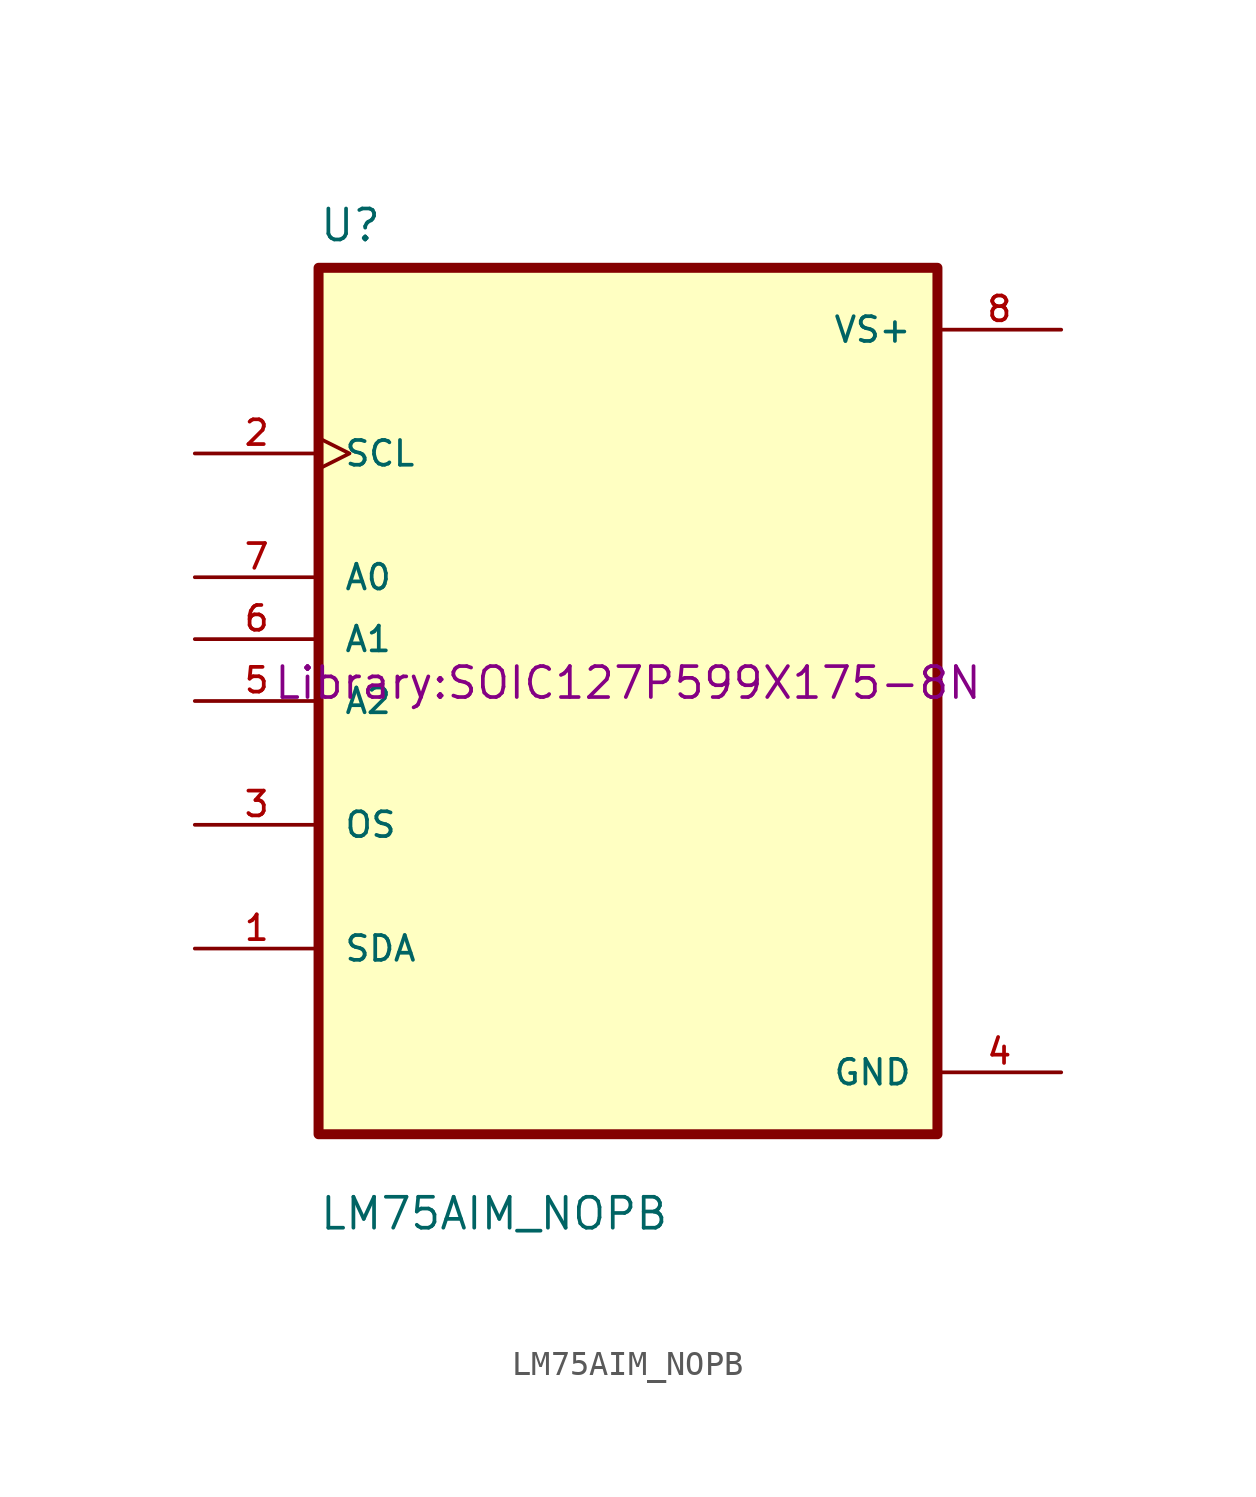
<source format=kicad_sym>
(kicad_symbol_lib
  (version 20220914)
  (generator kicad_symbol_editor)
  (symbol "LM75AIM_NOPB"
    (pin_names
      (offset 1.016))
    (property "Reference" "U"
      (at -12.7 18.78 0)
      (effects (font (size 1.27 1.27)) (justify left bottom)))
    (property "Value" "LM75AIM_NOPB"
      (at -12.7 -21.78 0)
      (effects (font (size 1.27 1.27)) (justify left bottom)))
    (property "Footprint" "Library:SOIC127P599X175-8N"
      (at 0 0 0)
      (effects (font (size 1.27 1.27)) (justify bottom)))
    (symbol "LM75AIM_NOPB_0_0"
      (rectangle (start -12.7 17.78) (end 12.7 -17.78) (stroke (width 0.41) (type default)) (fill (type background)))
      (pin bidirectional line (at -17.78 -10.16 0) (length 5.08) (name "SDA" (effects (font (size 1.016 1.016)))) (number "1" (effects (font (size 1.016 1.016)))))
      (pin input clock (at -17.78 10.16 0) (length 5.08) (name "SCL" (effects (font (size 1.016 1.016)))) (number "2" (effects (font (size 1.016 1.016)))))
      (pin bidirectional line (at -17.78 -5.08 0) (length 5.08) (name "OS" (effects (font (size 1.016 1.016)))) (number "3" (effects (font (size 1.016 1.016)))))
      (pin power_in line (at 17.78 -15.24 180) (length 5.08) (name "GND" (effects (font (size 1.016 1.016)))) (number "4" (effects (font (size 1.016 1.016)))))
      (pin bidirectional line (at -17.78 0 0) (length 5.08) (name "A2" (effects (font (size 1.016 1.016)))) (number "5" (effects (font (size 1.016 1.016)))))
      (pin bidirectional line (at -17.78 2.54 0) (length 5.08) (name "A1" (effects (font (size 1.016 1.016)))) (number "6" (effects (font (size 1.016 1.016)))))
      (pin bidirectional line (at -17.78 5.08 0) (length 5.08) (name "A0" (effects (font (size 1.016 1.016)))) (number "7" (effects (font (size 1.016 1.016)))))
      (pin power_in line (at 17.78 15.24 180) (length 5.08) (name "VS+" (effects (font (size 1.016 1.016)))) (number "8" (effects (font (size 1.016 1.016))))))))
</source>
